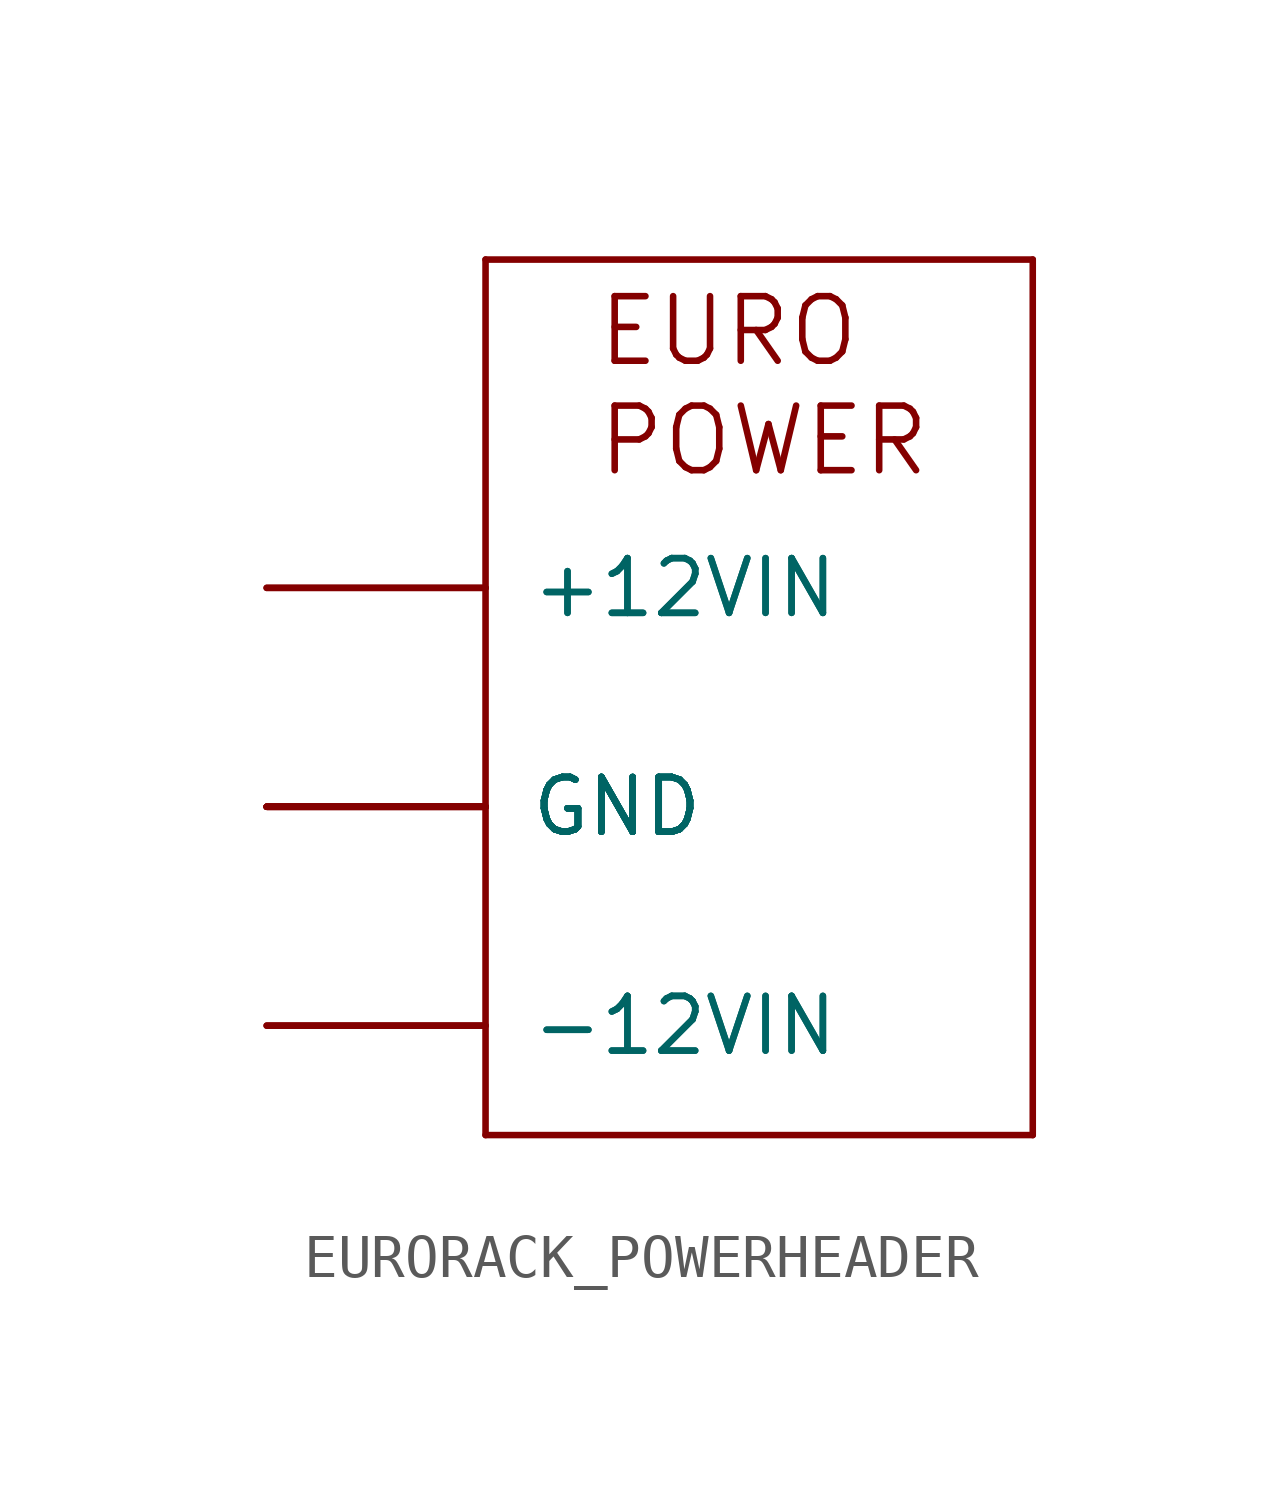
<source format=kicad_sym>
(kicad_symbol_lib
  (version 20211014)
  (generator kicad_symbol_editor)
  (symbol "EURORACK_POWERHEADER"
    (pin_names
      (offset 1.016))
    (property "Reference" "EP"
      (at 0 0 0)
      (effects (font (size 1.27 1.27)) hide))
    (property "ki_locked" ""
      (at 0 0 0)
      (effects (font (size 1.27 1.27))))
    (symbol "EURORACK_POWERHEADER_1_0"
      (polyline (pts (xy -5.08 -10.16) (xy 7.62 -10.16)) (stroke (width 0) (type default) (color 0 0 0 0)) (fill (type none)))
      (polyline (pts (xy -5.08 10.16) (xy -5.08 -10.16)) (stroke (width 0) (type default) (color 0 0 0 0)) (fill (type none)))
      (polyline (pts (xy 7.62 -10.16) (xy 7.62 10.16)) (stroke (width 0) (type default) (color 0 0 0 0)) (fill (type none)))
      (polyline (pts (xy 7.62 10.16) (xy -5.08 10.16)) (stroke (width 0) (type default) (color 0 0 0 0)) (fill (type none)))
      (text "EURO" (at -2.54 7.62 0) (effects (font (size 1.499 1.499)) (justify left bottom)))
      (text "POWER" (at -2.54 5.08 0) (effects (font (size 1.499 1.499)) (justify left bottom)))
      (pin bidirectional line (at -10.16 2.54 0) (length 5.08) (name "+12VIN" (effects (font (size 1.27 1.27)))) (number "+12V0" (effects (font (size 0 0)))))
      (pin bidirectional line (at -10.16 2.54 0) (length 5.08) (name "+12VIN" (effects (font (size 1.27 1.27)))) (number "+12V1" (effects (font (size 0 0)))))
      (pin bidirectional line (at -10.16 -7.62 0) (length 5.08) (name "-12VIN" (effects (font (size 1.27 1.27)))) (number "-12V0" (effects (font (size 0 0)))))
      (pin bidirectional line (at -10.16 -7.62 0) (length 5.08) (name "-12VIN" (effects (font (size 1.27 1.27)))) (number "-12V1" (effects (font (size 0 0)))))
      (pin bidirectional line (at -10.16 -2.54 0) (length 5.08) (name "GND" (effects (font (size 1.27 1.27)))) (number "GND0" (effects (font (size 0 0)))))
      (pin bidirectional line (at -10.16 -2.54 0) (length 5.08) (name "GND" (effects (font (size 1.27 1.27)))) (number "GND1" (effects (font (size 0 0)))))
      (pin bidirectional line (at -10.16 -2.54 0) (length 5.08) (name "GND" (effects (font (size 1.27 1.27)))) (number "GND2" (effects (font (size 0 0)))))
      (pin bidirectional line (at -10.16 -2.54 0) (length 5.08) (name "GND" (effects (font (size 1.27 1.27)))) (number "GND3" (effects (font (size 0 0)))))
      (pin bidirectional line (at -10.16 -2.54 0) (length 5.08) (name "GND" (effects (font (size 1.27 1.27)))) (number "GND4" (effects (font (size 0 0)))))
      (pin bidirectional line (at -10.16 -2.54 0) (length 5.08) (name "GND" (effects (font (size 1.27 1.27)))) (number "GND5" (effects (font (size 0 0))))))))
</source>
